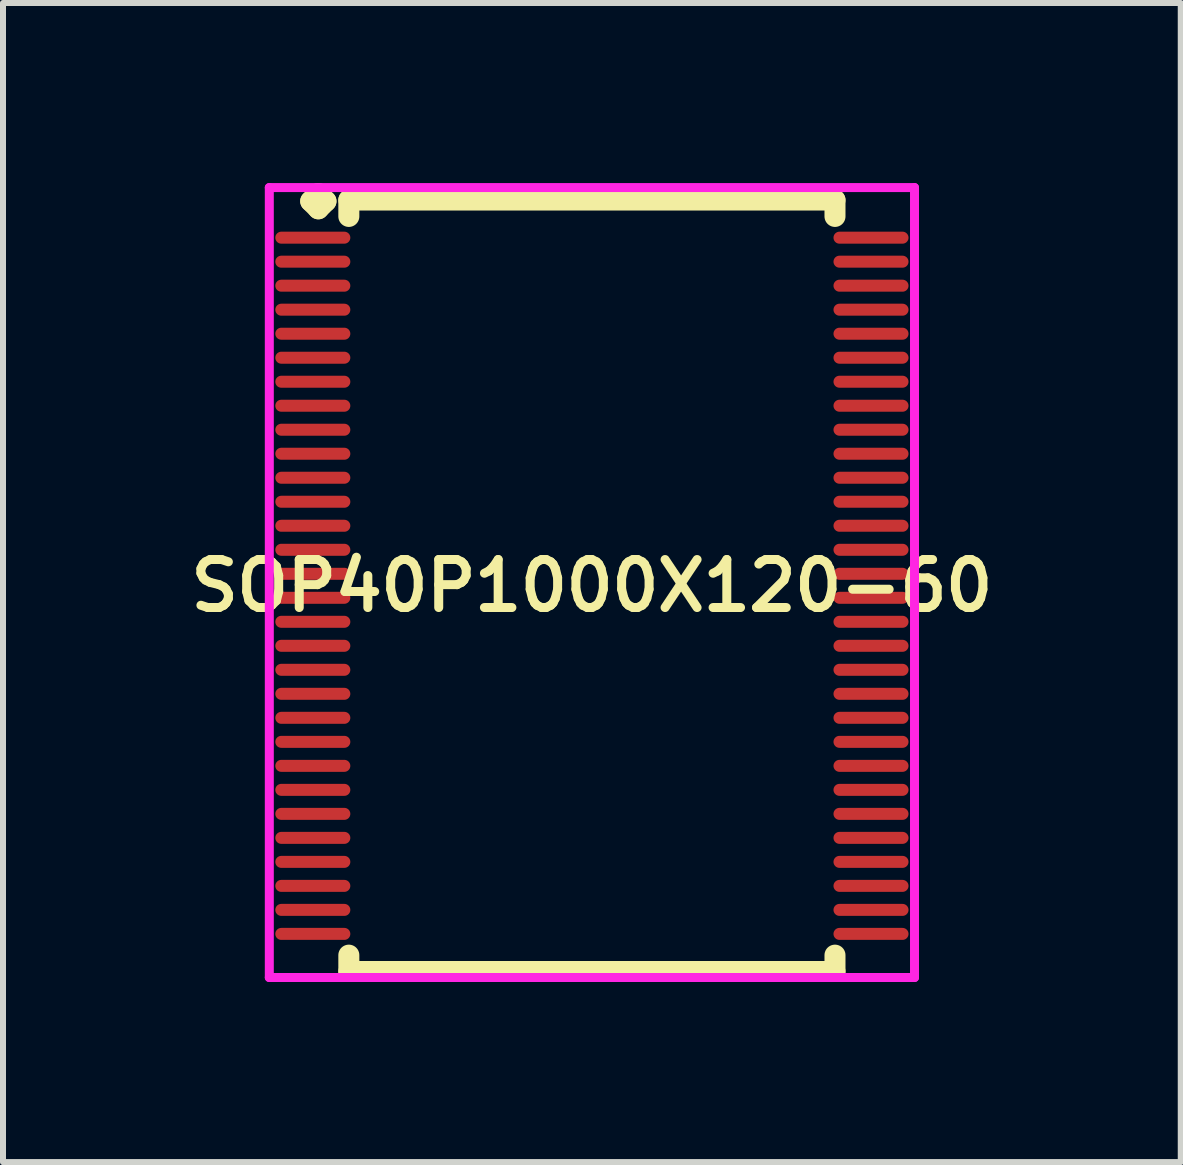
<source format=kicad_pcb>
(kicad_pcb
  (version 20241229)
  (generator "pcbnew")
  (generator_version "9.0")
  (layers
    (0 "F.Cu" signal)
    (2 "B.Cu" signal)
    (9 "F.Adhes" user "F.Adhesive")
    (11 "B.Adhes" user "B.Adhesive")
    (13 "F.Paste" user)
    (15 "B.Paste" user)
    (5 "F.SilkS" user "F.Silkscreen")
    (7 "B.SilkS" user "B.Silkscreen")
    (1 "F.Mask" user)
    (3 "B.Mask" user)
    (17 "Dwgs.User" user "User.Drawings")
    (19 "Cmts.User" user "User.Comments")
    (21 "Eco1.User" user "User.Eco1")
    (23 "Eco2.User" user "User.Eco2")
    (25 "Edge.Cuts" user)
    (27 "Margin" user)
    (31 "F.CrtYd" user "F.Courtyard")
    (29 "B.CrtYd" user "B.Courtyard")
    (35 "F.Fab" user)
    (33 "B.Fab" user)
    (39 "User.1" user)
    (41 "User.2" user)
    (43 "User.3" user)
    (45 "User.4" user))
  (footprint "SOP40P1000X120-60"
    (layer "F.Cu")
    (at 6.812 6.71)
    (property "Reference" "SOP40P1000X120-60" (at 0 0 0) (layer "F.SilkS") (effects (font (size 0.8 0.8) (thickness 0.15))))
    (attr smd)
    (fp_line (start -4.685 -6.408) (end -4.558 -6.535) (stroke (width 0.35) (type solid)) (layer "F.SilkS"))
    (fp_line (start -4.558 -6.535) (end -4.431 -6.408) (stroke (width 0.35) (type solid)) (layer "F.SilkS"))
    (fp_line (start -4.558 -6.281) (end -4.685 -6.408) (stroke (width 0.35) (type solid)) (layer "F.SilkS"))
    (fp_line (start -4.431 -6.408) (end -4.558 -6.281) (stroke (width 0.35) (type solid)) (layer "F.SilkS"))
    (fp_line (start -4.05 -6.427) (end 4.05 -6.427) (stroke (width 0.35) (type solid)) (layer "F.SilkS"))
    (fp_line (start -4.05 -6.154) (end -4.05 -6.427) (stroke (width 0.35) (type solid)) (layer "F.SilkS"))
    (fp_line (start -4.05 6.154) (end -4.05 6.427) (stroke (width 0.35) (type solid)) (layer "F.SilkS"))
    (fp_line (start -4.05 6.427) (end 4.05 6.427) (stroke (width 0.35) (type solid)) (layer "F.SilkS"))
    (fp_line (start 4.05 -6.427) (end 4.05 -6.154) (stroke (width 0.35) (type solid)) (layer "F.SilkS"))
    (fp_line (start 4.05 6.427) (end 4.05 6.154) (stroke (width 0.35) (type solid)) (layer "F.SilkS"))
    (fp_line (start -5.375 -6.635) (end 5.375 -6.635) (stroke (width 0.15) (type solid)) (layer "F.CrtYd"))
    (fp_line (start -5.375 6.527) (end -5.375 -6.635) (stroke (width 0.15) (type solid)) (layer "F.CrtYd"))
    (fp_line (start 5.375 -6.635) (end 5.375 6.527) (stroke (width 0.15) (type solid)) (layer "F.CrtYd"))
    (fp_line (start 5.375 6.527) (end -5.375 6.527) (stroke (width 0.15) (type solid)) (layer "F.CrtYd"))
    (pad "1" smd oval (at -4.65 -5.8) (size 1.25 0.2) (layers "F.Cu" "F.Mask" "F.Paste"))
    (pad "2" smd oval (at -4.65 -5.4) (size 1.25 0.2) (layers "F.Cu" "F.Mask" "F.Paste"))
    (pad "3" smd oval (at -4.65 -5) (size 1.25 0.2) (layers "F.Cu" "F.Mask" "F.Paste"))
    (pad "4" smd oval (at -4.65 -4.6) (size 1.25 0.2) (layers "F.Cu" "F.Mask" "F.Paste"))
    (pad "5" smd oval (at -4.65 -4.2) (size 1.25 0.2) (layers "F.Cu" "F.Mask" "F.Paste"))
    (pad "6" smd oval (at -4.65 -3.8) (size 1.25 0.2) (layers "F.Cu" "F.Mask" "F.Paste"))
    (pad "7" smd oval (at -4.65 -3.4) (size 1.25 0.2) (layers "F.Cu" "F.Mask" "F.Paste"))
    (pad "8" smd oval (at -4.65 -3) (size 1.25 0.2) (layers "F.Cu" "F.Mask" "F.Paste"))
    (pad "9" smd oval (at -4.65 -2.6) (size 1.25 0.2) (layers "F.Cu" "F.Mask" "F.Paste"))
    (pad "10" smd oval (at -4.65 -2.2) (size 1.25 0.2) (layers "F.Cu" "F.Mask" "F.Paste"))
    (pad "11" smd oval (at -4.65 -1.8) (size 1.25 0.2) (layers "F.Cu" "F.Mask" "F.Paste"))
    (pad "12" smd oval (at -4.65 -1.4) (size 1.25 0.2) (layers "F.Cu" "F.Mask" "F.Paste"))
    (pad "13" smd oval (at -4.65 -1) (size 1.25 0.2) (layers "F.Cu" "F.Mask" "F.Paste"))
    (pad "14" smd oval (at -4.65 -0.6) (size 1.25 0.2) (layers "F.Cu" "F.Mask" "F.Paste"))
    (pad "15" smd oval (at -4.65 -0.2) (size 1.25 0.2) (layers "F.Cu" "F.Mask" "F.Paste"))
    (pad "16" smd oval (at -4.65 0.2) (size 1.25 0.2) (layers "F.Cu" "F.Mask" "F.Paste"))
    (pad "17" smd oval (at -4.65 0.6) (size 1.25 0.2) (layers "F.Cu" "F.Mask" "F.Paste"))
    (pad "18" smd oval (at -4.65 1) (size 1.25 0.2) (layers "F.Cu" "F.Mask" "F.Paste"))
    (pad "19" smd oval (at -4.65 1.4) (size 1.25 0.2) (layers "F.Cu" "F.Mask" "F.Paste"))
    (pad "20" smd oval (at -4.65 1.8) (size 1.25 0.2) (layers "F.Cu" "F.Mask" "F.Paste"))
    (pad "21" smd oval (at -4.65 2.2) (size 1.25 0.2) (layers "F.Cu" "F.Mask" "F.Paste"))
    (pad "22" smd oval (at -4.65 2.6) (size 1.25 0.2) (layers "F.Cu" "F.Mask" "F.Paste"))
    (pad "23" smd oval (at -4.65 3) (size 1.25 0.2) (layers "F.Cu" "F.Mask" "F.Paste"))
    (pad "24" smd oval (at -4.65 3.4) (size 1.25 0.2) (layers "F.Cu" "F.Mask" "F.Paste"))
    (pad "25" smd oval (at -4.65 3.8) (size 1.25 0.2) (layers "F.Cu" "F.Mask" "F.Paste"))
    (pad "26" smd oval (at -4.65 4.2) (size 1.25 0.2) (layers "F.Cu" "F.Mask" "F.Paste"))
    (pad "27" smd oval (at -4.65 4.6) (size 1.25 0.2) (layers "F.Cu" "F.Mask" "F.Paste"))
    (pad "28" smd oval (at -4.65 5) (size 1.25 0.2) (layers "F.Cu" "F.Mask" "F.Paste"))
    (pad "29" smd oval (at -4.65 5.4) (size 1.25 0.2) (layers "F.Cu" "F.Mask" "F.Paste"))
    (pad "30" smd oval (at -4.65 5.8) (size 1.25 0.2) (layers "F.Cu" "F.Mask" "F.Paste"))
    (pad "31" smd oval (at 4.65 5.8) (size 1.25 0.2) (layers "F.Cu" "F.Mask" "F.Paste"))
    (pad "32" smd oval (at 4.65 5.4) (size 1.25 0.2) (layers "F.Cu" "F.Mask" "F.Paste"))
    (pad "33" smd oval (at 4.65 5) (size 1.25 0.2) (layers "F.Cu" "F.Mask" "F.Paste"))
    (pad "34" smd oval (at 4.65 4.6) (size 1.25 0.2) (layers "F.Cu" "F.Mask" "F.Paste"))
    (pad "35" smd oval (at 4.65 4.2) (size 1.25 0.2) (layers "F.Cu" "F.Mask" "F.Paste"))
    (pad "36" smd oval (at 4.65 3.8) (size 1.25 0.2) (layers "F.Cu" "F.Mask" "F.Paste"))
    (pad "37" smd oval (at 4.65 3.4) (size 1.25 0.2) (layers "F.Cu" "F.Mask" "F.Paste"))
    (pad "38" smd oval (at 4.65 3) (size 1.25 0.2) (layers "F.Cu" "F.Mask" "F.Paste"))
    (pad "39" smd oval (at 4.65 2.6) (size 1.25 0.2) (layers "F.Cu" "F.Mask" "F.Paste"))
    (pad "40" smd oval (at 4.65 2.2) (size 1.25 0.2) (layers "F.Cu" "F.Mask" "F.Paste"))
    (pad "41" smd oval (at 4.65 1.8) (size 1.25 0.2) (layers "F.Cu" "F.Mask" "F.Paste"))
    (pad "42" smd oval (at 4.65 1.4) (size 1.25 0.2) (layers "F.Cu" "F.Mask" "F.Paste"))
    (pad "43" smd oval (at 4.65 1) (size 1.25 0.2) (layers "F.Cu" "F.Mask" "F.Paste"))
    (pad "44" smd oval (at 4.65 0.6) (size 1.25 0.2) (layers "F.Cu" "F.Mask" "F.Paste"))
    (pad "45" smd oval (at 4.65 0.2) (size 1.25 0.2) (layers "F.Cu" "F.Mask" "F.Paste"))
    (pad "46" smd oval (at 4.65 -0.2) (size 1.25 0.2) (layers "F.Cu" "F.Mask" "F.Paste"))
    (pad "47" smd oval (at 4.65 -0.6) (size 1.25 0.2) (layers "F.Cu" "F.Mask" "F.Paste"))
    (pad "48" smd oval (at 4.65 -1) (size 1.25 0.2) (layers "F.Cu" "F.Mask" "F.Paste"))
    (pad "49" smd oval (at 4.65 -1.4) (size 1.25 0.2) (layers "F.Cu" "F.Mask" "F.Paste"))
    (pad "50" smd oval (at 4.65 -1.8) (size 1.25 0.2) (layers "F.Cu" "F.Mask" "F.Paste"))
    (pad "51" smd oval (at 4.65 -2.2) (size 1.25 0.2) (layers "F.Cu" "F.Mask" "F.Paste"))
    (pad "52" smd oval (at 4.65 -2.6) (size 1.25 0.2) (layers "F.Cu" "F.Mask" "F.Paste"))
    (pad "53" smd oval (at 4.65 -3) (size 1.25 0.2) (layers "F.Cu" "F.Mask" "F.Paste"))
    (pad "54" smd oval (at 4.65 -3.4) (size 1.25 0.2) (layers "F.Cu" "F.Mask" "F.Paste"))
    (pad "55" smd oval (at 4.65 -3.8) (size 1.25 0.2) (layers "F.Cu" "F.Mask" "F.Paste"))
    (pad "56" smd oval (at 4.65 -4.2) (size 1.25 0.2) (layers "F.Cu" "F.Mask" "F.Paste"))
    (pad "57" smd oval (at 4.65 -4.6) (size 1.25 0.2) (layers "F.Cu" "F.Mask" "F.Paste"))
    (pad "58" smd oval (at 4.65 -5) (size 1.25 0.2) (layers "F.Cu" "F.Mask" "F.Paste"))
    (pad "59" smd oval (at 4.65 -5.4) (size 1.25 0.2) (layers "F.Cu" "F.Mask" "F.Paste"))
    (pad "60" smd oval (at 4.65 -5.8) (size 1.25 0.2) (layers "F.Cu" "F.Mask" "F.Paste")))
  (gr_rect
    (start -3 -3)
    (end 16.623 16.312)
    (stroke (width 0.1) (type default))
    (fill no)
    (layer "Edge.Cuts")))
</source>
